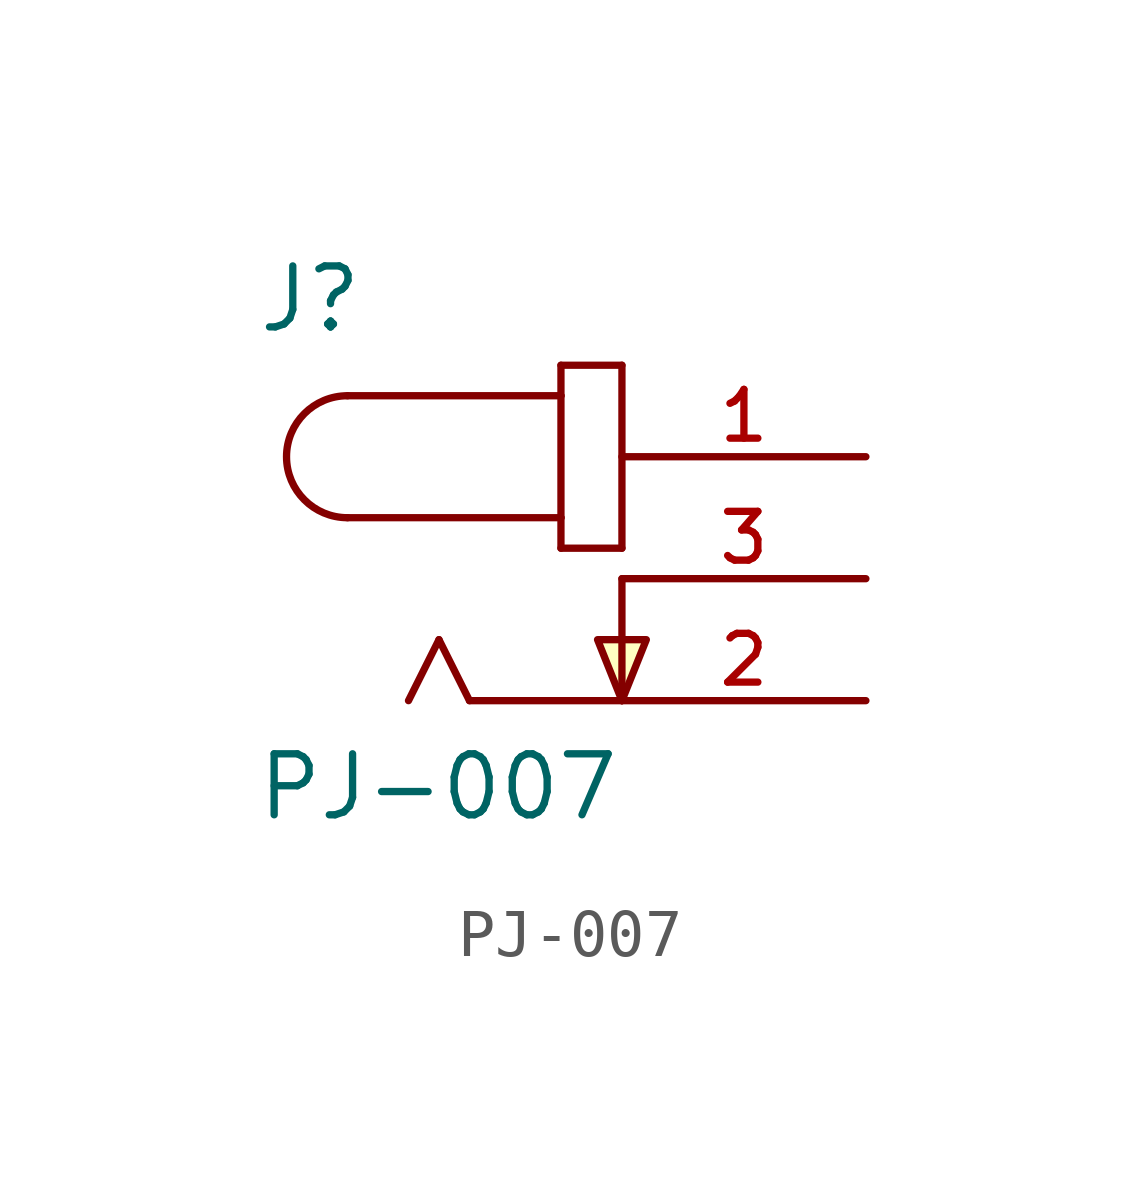
<source format=kicad_sym>
(kicad_symbol_lib
  (version 20211014)
  (generator kicad_symbol_editor)
  (symbol "PJ-007"
    (pin_names
      (offset 1.016) hide)
    (property "Reference" "J"
      (at -7.62 5.08 0)
      (effects (font (size 1.27 1.27)) (justify left bottom)))
    (property "Value" "PJ-007"
      (at -7.645 -5.08 0)
      (effects (font (size 1.27 1.27)) (justify left bottom)))
    (property "ki_locked" ""
      (at 0 0 0)
      (effects (font (size 1.27 1.27))))
    (symbol "PJ-007_0_0"
      (arc (start -5.715 3.81) (mid -6.985 2.54) (end -5.715 1.27) (stroke (width 0.1524) (type default) (color 0 0 0 0)) (fill (type none)))
      (polyline (pts (xy -5.715 3.81) (xy -1.27 3.81)) (stroke (width 0.152) (type default) (color 0 0 0 0)) (fill (type none)))
      (polyline (pts (xy -3.81 -1.27) (xy -4.445 -2.54)) (stroke (width 0.152) (type default) (color 0 0 0 0)) (fill (type none)))
      (polyline (pts (xy -3.175 -2.54) (xy -3.81 -1.27)) (stroke (width 0.152) (type default) (color 0 0 0 0)) (fill (type none)))
      (polyline (pts (xy -1.27 0.635) (xy 0 0.635)) (stroke (width 0.152) (type default) (color 0 0 0 0)) (fill (type none)))
      (polyline (pts (xy -1.27 1.27) (xy -5.715 1.27)) (stroke (width 0.152) (type default) (color 0 0 0 0)) (fill (type none)))
      (polyline (pts (xy -1.27 1.27) (xy -1.27 0.635)) (stroke (width 0.152) (type default) (color 0 0 0 0)) (fill (type none)))
      (polyline (pts (xy -1.27 3.81) (xy -1.27 1.27)) (stroke (width 0.152) (type default) (color 0 0 0 0)) (fill (type none)))
      (polyline (pts (xy -1.27 4.445) (xy -1.27 3.81)) (stroke (width 0.152) (type default) (color 0 0 0 0)) (fill (type none)))
      (polyline (pts (xy 0 -2.54) (xy -3.175 -2.54)) (stroke (width 0.152) (type default) (color 0 0 0 0)) (fill (type none)))
      (polyline (pts (xy 0 0) (xy 0 -2.54)) (stroke (width 0.152) (type default) (color 0 0 0 0)) (fill (type none)))
      (polyline (pts (xy 0 0.635) (xy 0 4.445)) (stroke (width 0.152) (type default) (color 0 0 0 0)) (fill (type none)))
      (polyline (pts (xy 0 4.445) (xy -1.27 4.445)) (stroke (width 0.152) (type default) (color 0 0 0 0)) (fill (type none)))
      (polyline (pts (xy 0 -2.54) (xy -0.508 -1.27) (xy 0.508 -1.27) (xy 0 -2.54)) (stroke (width 0.152) (type default) (color 0 0 0 0)) (fill (type background)))
      (pin passive line (at 5.08 2.54 180) (length 5.08) (name "~" (effects (font (size 1.016 1.016)))) (number "1" (effects (font (size 1.016 1.016)))))
      (pin passive line (at 5.08 -2.54 180) (length 5.08) (name "~" (effects (font (size 1.016 1.016)))) (number "2" (effects (font (size 1.016 1.016)))))
      (pin passive line (at 5.08 0 180) (length 5.08) (name "~" (effects (font (size 1.016 1.016)))) (number "3" (effects (font (size 1.016 1.016))))))))
</source>
